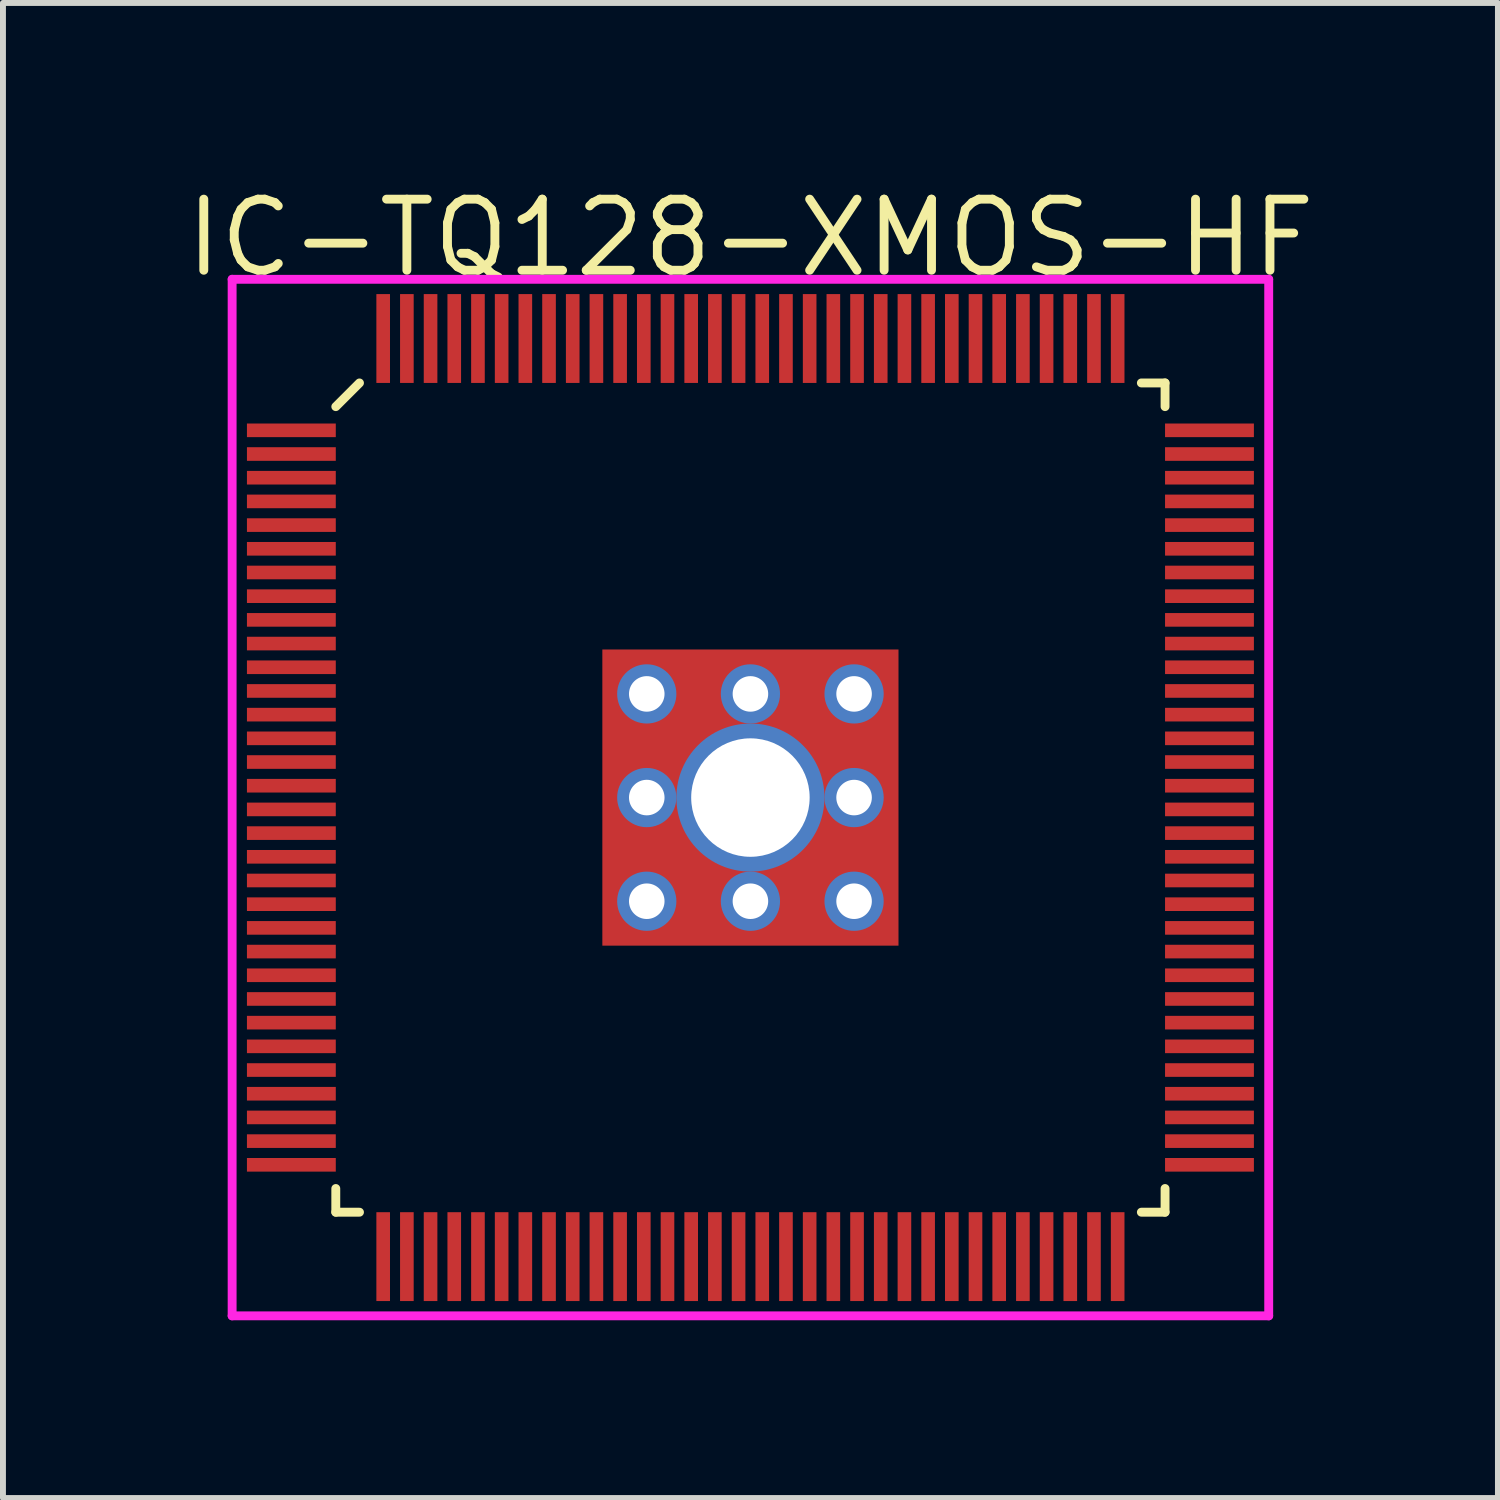
<source format=kicad_pcb>
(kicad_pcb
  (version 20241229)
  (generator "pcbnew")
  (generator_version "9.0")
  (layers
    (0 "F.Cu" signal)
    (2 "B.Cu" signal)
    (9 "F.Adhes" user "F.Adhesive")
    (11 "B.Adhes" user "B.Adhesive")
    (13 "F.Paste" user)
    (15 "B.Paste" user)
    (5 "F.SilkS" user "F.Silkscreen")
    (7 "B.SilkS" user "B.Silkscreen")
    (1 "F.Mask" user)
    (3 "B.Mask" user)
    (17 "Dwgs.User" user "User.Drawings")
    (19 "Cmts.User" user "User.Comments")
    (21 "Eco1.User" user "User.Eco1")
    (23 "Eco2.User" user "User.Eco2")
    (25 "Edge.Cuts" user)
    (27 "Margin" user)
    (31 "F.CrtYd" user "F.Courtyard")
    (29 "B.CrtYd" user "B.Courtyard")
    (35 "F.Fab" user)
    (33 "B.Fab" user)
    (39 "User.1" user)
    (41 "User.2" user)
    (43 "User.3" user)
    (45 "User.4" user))
  (footprint "IC-TQ128-XMOS-HF"
    (layer "F.Cu")
    (at 9.619 10.415)
    (property "Reference" "IC-TQ128-XMOS-HF" (at 0 -9.45 0) (layer "F.SilkS") (effects (font (size 1.2 1.2) (thickness 0.15))))
    (attr through_hole)
    (fp_line (start -7 -6.6) (end -6.6 -7) (stroke (width 0.15) (type solid)) (layer "F.SilkS"))
    (fp_line (start -7 7) (end -7 6.6) (stroke (width 0.15) (type solid)) (layer "F.SilkS"))
    (fp_line (start -6.6 7) (end -7 7) (stroke (width 0.15) (type solid)) (layer "F.SilkS"))
    (fp_line (start 6.6 -7) (end 7 -7) (stroke (width 0.15) (type solid)) (layer "F.SilkS"))
    (fp_line (start 6.6 7) (end 7 7) (stroke (width 0.15) (type solid)) (layer "F.SilkS"))
    (fp_line (start 7 -7) (end 7 -6.6) (stroke (width 0.15) (type solid)) (layer "F.SilkS"))
    (fp_line (start 7 7) (end 7 6.6) (stroke (width 0.15) (type solid)) (layer "F.SilkS"))
    (fp_line (start -8.75 -8.75) (end 8.75 -8.75) (stroke (width 0.15) (type solid)) (layer "F.CrtYd"))
    (fp_line (start -8.75 8.75) (end -8.75 -8.75) (stroke (width 0.15) (type solid)) (layer "F.CrtYd"))
    (fp_line (start 8.75 -8.75) (end 8.75 8.75) (stroke (width 0.15) (type solid)) (layer "F.CrtYd"))
    (fp_line (start 8.75 8.75) (end -8.75 8.75) (stroke (width 0.15) (type solid)) (layer "F.CrtYd"))
    (pad "1" smd rect (at -7.75 -6.2 90) (size 0.23 1.5) (layers "F.Cu" "F.Mask" "F.Paste"))
    (pad "2" smd rect (at -7.75 -5.8 90) (size 0.23 1.5) (layers "F.Cu" "F.Mask" "F.Paste"))
    (pad "3" smd rect (at -7.75 -5.4 90) (size 0.23 1.5) (layers "F.Cu" "F.Mask" "F.Paste"))
    (pad "4" smd rect (at -7.75 -5 90) (size 0.23 1.5) (layers "F.Cu" "F.Mask" "F.Paste"))
    (pad "5" smd rect (at -7.75 -4.6 90) (size 0.23 1.5) (layers "F.Cu" "F.Mask" "F.Paste"))
    (pad "6" smd rect (at -7.75 -4.2 90) (size 0.23 1.5) (layers "F.Cu" "F.Mask" "F.Paste"))
    (pad "7" smd rect (at -7.75 -3.8 90) (size 0.23 1.5) (layers "F.Cu" "F.Mask" "F.Paste"))
    (pad "8" smd rect (at -7.75 -3.4 90) (size 0.23 1.5) (layers "F.Cu" "F.Mask" "F.Paste"))
    (pad "9" smd rect (at -7.75 -3 90) (size 0.23 1.5) (layers "F.Cu" "F.Mask" "F.Paste"))
    (pad "10" smd rect (at -7.75 -2.6 90) (size 0.23 1.5) (layers "F.Cu" "F.Mask" "F.Paste"))
    (pad "11" smd rect (at -7.75 -2.2 90) (size 0.23 1.5) (layers "F.Cu" "F.Mask" "F.Paste"))
    (pad "12" smd rect (at -7.75 -1.8 90) (size 0.23 1.5) (layers "F.Cu" "F.Mask" "F.Paste"))
    (pad "13" smd rect (at -7.75 -1.4 90) (size 0.23 1.5) (layers "F.Cu" "F.Mask" "F.Paste"))
    (pad "14" smd rect (at -7.75 -1 90) (size 0.23 1.5) (layers "F.Cu" "F.Mask" "F.Paste"))
    (pad "15" smd rect (at -7.75 -0.6 90) (size 0.23 1.5) (layers "F.Cu" "F.Mask" "F.Paste"))
    (pad "16" smd rect (at -7.75 -0.2 90) (size 0.23 1.5) (layers "F.Cu" "F.Mask" "F.Paste"))
    (pad "17" smd rect (at -7.75 0.2 90) (size 0.23 1.5) (layers "F.Cu" "F.Mask" "F.Paste"))
    (pad "18" smd rect (at -7.75 0.6 90) (size 0.23 1.5) (layers "F.Cu" "F.Mask" "F.Paste"))
    (pad "19" smd rect (at -7.75 1 90) (size 0.23 1.5) (layers "F.Cu" "F.Mask" "F.Paste"))
    (pad "20" smd rect (at -7.75 1.4 90) (size 0.23 1.5) (layers "F.Cu" "F.Mask" "F.Paste"))
    (pad "21" smd rect (at -7.75 1.8 90) (size 0.23 1.5) (layers "F.Cu" "F.Mask" "F.Paste"))
    (pad "22" smd rect (at -7.75 2.2 90) (size 0.23 1.5) (layers "F.Cu" "F.Mask" "F.Paste"))
    (pad "23" smd rect (at -7.75 2.6 90) (size 0.23 1.5) (layers "F.Cu" "F.Mask" "F.Paste"))
    (pad "24" smd rect (at -7.75 3 90) (size 0.23 1.5) (layers "F.Cu" "F.Mask" "F.Paste"))
    (pad "25" smd rect (at -7.75 3.4 90) (size 0.23 1.5) (layers "F.Cu" "F.Mask" "F.Paste"))
    (pad "26" smd rect (at -7.75 3.8 90) (size 0.23 1.5) (layers "F.Cu" "F.Mask" "F.Paste"))
    (pad "27" smd rect (at -7.75 4.2 90) (size 0.23 1.5) (layers "F.Cu" "F.Mask" "F.Paste"))
    (pad "28" smd rect (at -7.75 4.6 90) (size 0.23 1.5) (layers "F.Cu" "F.Mask" "F.Paste"))
    (pad "29" smd rect (at -7.75 5 90) (size 0.23 1.5) (layers "F.Cu" "F.Mask" "F.Paste"))
    (pad "30" smd rect (at -7.75 5.4 90) (size 0.23 1.5) (layers "F.Cu" "F.Mask" "F.Paste"))
    (pad "31" smd rect (at -7.75 5.8 90) (size 0.23 1.5) (layers "F.Cu" "F.Mask" "F.Paste"))
    (pad "32" smd rect (at -7.75 6.2 90) (size 0.23 1.5) (layers "F.Cu" "F.Mask" "F.Paste"))
    (pad "33" smd rect (at -6.2 7.75) (size 0.23 1.5) (layers "F.Cu" "F.Mask" "F.Paste"))
    (pad "34" smd rect (at -5.8 7.75) (size 0.23 1.5) (layers "F.Cu" "F.Mask" "F.Paste"))
    (pad "35" smd rect (at -5.4 7.75) (size 0.23 1.5) (layers "F.Cu" "F.Mask" "F.Paste"))
    (pad "36" smd rect (at -5 7.75) (size 0.23 1.5) (layers "F.Cu" "F.Mask" "F.Paste"))
    (pad "37" smd rect (at -4.6 7.75) (size 0.23 1.5) (layers "F.Cu" "F.Mask" "F.Paste"))
    (pad "38" smd rect (at -4.2 7.75) (size 0.23 1.5) (layers "F.Cu" "F.Mask" "F.Paste"))
    (pad "39" smd rect (at -3.8 7.75) (size 0.23 1.5) (layers "F.Cu" "F.Mask" "F.Paste"))
    (pad "40" smd rect (at -3.4 7.75) (size 0.23 1.5) (layers "F.Cu" "F.Mask" "F.Paste"))
    (pad "41" smd rect (at -3 7.75) (size 0.23 1.5) (layers "F.Cu" "F.Mask" "F.Paste"))
    (pad "42" smd rect (at -2.6 7.75) (size 0.23 1.5) (layers "F.Cu" "F.Mask" "F.Paste"))
    (pad "43" smd rect (at -2.2 7.75) (size 0.23 1.5) (layers "F.Cu" "F.Mask" "F.Paste"))
    (pad "44" smd rect (at -1.8 7.75) (size 0.23 1.5) (layers "F.Cu" "F.Mask" "F.Paste"))
    (pad "45" smd rect (at -1.4 7.75) (size 0.23 1.5) (layers "F.Cu" "F.Mask" "F.Paste"))
    (pad "46" smd rect (at -1 7.75) (size 0.23 1.5) (layers "F.Cu" "F.Mask" "F.Paste"))
    (pad "47" smd rect (at -0.6 7.75) (size 0.23 1.5) (layers "F.Cu" "F.Mask" "F.Paste"))
    (pad "48" smd rect (at -0.2 7.75) (size 0.23 1.5) (layers "F.Cu" "F.Mask" "F.Paste"))
    (pad "49" smd rect (at 0.2 7.75) (size 0.23 1.5) (layers "F.Cu" "F.Mask" "F.Paste"))
    (pad "50" smd rect (at 0.6 7.75) (size 0.23 1.5) (layers "F.Cu" "F.Mask" "F.Paste"))
    (pad "51" smd rect (at 1 7.75) (size 0.23 1.5) (layers "F.Cu" "F.Mask" "F.Paste"))
    (pad "52" smd rect (at 1.4 7.75) (size 0.23 1.5) (layers "F.Cu" "F.Mask" "F.Paste"))
    (pad "53" smd rect (at 1.8 7.75) (size 0.23 1.5) (layers "F.Cu" "F.Mask" "F.Paste"))
    (pad "54" smd rect (at 2.2 7.75) (size 0.23 1.5) (layers "F.Cu" "F.Mask" "F.Paste"))
    (pad "55" smd rect (at 2.6 7.75) (size 0.23 1.5) (layers "F.Cu" "F.Mask" "F.Paste"))
    (pad "56" smd rect (at 3 7.75) (size 0.23 1.5) (layers "F.Cu" "F.Mask" "F.Paste"))
    (pad "57" smd rect (at 3.4 7.75) (size 0.23 1.5) (layers "F.Cu" "F.Mask" "F.Paste"))
    (pad "58" smd rect (at 3.8 7.75) (size 0.23 1.5) (layers "F.Cu" "F.Mask" "F.Paste"))
    (pad "59" smd rect (at 4.2 7.75) (size 0.23 1.5) (layers "F.Cu" "F.Mask" "F.Paste"))
    (pad "60" smd rect (at 4.6 7.75) (size 0.23 1.5) (layers "F.Cu" "F.Mask" "F.Paste"))
    (pad "61" smd rect (at 5 7.75) (size 0.23 1.5) (layers "F.Cu" "F.Mask" "F.Paste"))
    (pad "62" smd rect (at 5.4 7.75) (size 0.23 1.5) (layers "F.Cu" "F.Mask" "F.Paste"))
    (pad "63" smd rect (at 5.8 7.75) (size 0.23 1.5) (layers "F.Cu" "F.Mask" "F.Paste"))
    (pad "64" smd rect (at 6.2 7.75) (size 0.23 1.5) (layers "F.Cu" "F.Mask" "F.Paste"))
    (pad "65" smd rect (at 7.75 6.2 90) (size 0.23 1.5) (layers "F.Cu" "F.Mask" "F.Paste"))
    (pad "66" smd rect (at 7.75 5.8 90) (size 0.23 1.5) (layers "F.Cu" "F.Mask" "F.Paste"))
    (pad "67" smd rect (at 7.75 5.4 90) (size 0.23 1.5) (layers "F.Cu" "F.Mask" "F.Paste"))
    (pad "68" smd rect (at 7.75 5 90) (size 0.23 1.5) (layers "F.Cu" "F.Mask" "F.Paste"))
    (pad "69" smd rect (at 7.75 4.6 90) (size 0.23 1.5) (layers "F.Cu" "F.Mask" "F.Paste"))
    (pad "70" smd rect (at 7.75 4.2 90) (size 0.23 1.5) (layers "F.Cu" "F.Mask" "F.Paste"))
    (pad "71" smd rect (at 7.75 3.8 90) (size 0.23 1.5) (layers "F.Cu" "F.Mask" "F.Paste"))
    (pad "72" smd rect (at 7.75 3.4 90) (size 0.23 1.5) (layers "F.Cu" "F.Mask" "F.Paste"))
    (pad "73" smd rect (at 7.75 3 90) (size 0.23 1.5) (layers "F.Cu" "F.Mask" "F.Paste"))
    (pad "74" smd rect (at 7.75 2.6 90) (size 0.23 1.5) (layers "F.Cu" "F.Mask" "F.Paste"))
    (pad "75" smd rect (at 7.75 2.2 90) (size 0.23 1.5) (layers "F.Cu" "F.Mask" "F.Paste"))
    (pad "76" smd rect (at 7.75 1.8 90) (size 0.23 1.5) (layers "F.Cu" "F.Mask" "F.Paste"))
    (pad "77" smd rect (at 7.75 1.4 90) (size 0.23 1.5) (layers "F.Cu" "F.Mask" "F.Paste"))
    (pad "78" smd rect (at 7.75 1 90) (size 0.23 1.5) (layers "F.Cu" "F.Mask" "F.Paste"))
    (pad "79" smd rect (at 7.75 0.6 90) (size 0.23 1.5) (layers "F.Cu" "F.Mask" "F.Paste"))
    (pad "80" smd rect (at 7.75 0.2 90) (size 0.23 1.5) (layers "F.Cu" "F.Mask" "F.Paste"))
    (pad "81" smd rect (at 7.75 -0.2 90) (size 0.23 1.5) (layers "F.Cu" "F.Mask" "F.Paste"))
    (pad "82" smd rect (at 7.75 -0.6 90) (size 0.23 1.5) (layers "F.Cu" "F.Mask" "F.Paste"))
    (pad "83" smd rect (at 7.75 -1 90) (size 0.23 1.5) (layers "F.Cu" "F.Mask" "F.Paste"))
    (pad "84" smd rect (at 7.75 -1.4 90) (size 0.23 1.5) (layers "F.Cu" "F.Mask" "F.Paste"))
    (pad "85" smd rect (at 7.75 -1.8 90) (size 0.23 1.5) (layers "F.Cu" "F.Mask" "F.Paste"))
    (pad "86" smd rect (at 7.75 -2.2 90) (size 0.23 1.5) (layers "F.Cu" "F.Mask" "F.Paste"))
    (pad "87" smd rect (at 7.75 -2.6 90) (size 0.23 1.5) (layers "F.Cu" "F.Mask" "F.Paste"))
    (pad "88" smd rect (at 7.75 -3 90) (size 0.23 1.5) (layers "F.Cu" "F.Mask" "F.Paste"))
    (pad "89" smd rect (at 7.75 -3.4 90) (size 0.23 1.5) (layers "F.Cu" "F.Mask" "F.Paste"))
    (pad "90" smd rect (at 7.75 -3.8 90) (size 0.23 1.5) (layers "F.Cu" "F.Mask" "F.Paste"))
    (pad "91" smd rect (at 7.75 -4.2 90) (size 0.23 1.5) (layers "F.Cu" "F.Mask" "F.Paste"))
    (pad "92" smd rect (at 7.75 -4.6 90) (size 0.23 1.5) (layers "F.Cu" "F.Mask" "F.Paste"))
    (pad "93" smd rect (at 7.75 -5 90) (size 0.23 1.5) (layers "F.Cu" "F.Mask" "F.Paste"))
    (pad "94" smd rect (at 7.75 -5.4 90) (size 0.23 1.5) (layers "F.Cu" "F.Mask" "F.Paste"))
    (pad "95" smd rect (at 7.75 -5.8 90) (size 0.23 1.5) (layers "F.Cu" "F.Mask" "F.Paste"))
    (pad "96" smd rect (at 7.75 -6.2 90) (size 0.23 1.5) (layers "F.Cu" "F.Mask" "F.Paste"))
    (pad "97" smd rect (at 6.2 -7.75) (size 0.23 1.5) (layers "F.Cu" "F.Mask" "F.Paste"))
    (pad "98" smd rect (at 5.8 -7.75) (size 0.23 1.5) (layers "F.Cu" "F.Mask" "F.Paste"))
    (pad "99" smd rect (at 5.4 -7.75) (size 0.23 1.5) (layers "F.Cu" "F.Mask" "F.Paste"))
    (pad "100" smd rect (at 5 -7.75) (size 0.23 1.5) (layers "F.Cu" "F.Mask" "F.Paste"))
    (pad "101" smd rect (at 4.6 -7.75) (size 0.23 1.5) (layers "F.Cu" "F.Mask" "F.Paste"))
    (pad "102" smd rect (at 4.2 -7.75) (size 0.23 1.5) (layers "F.Cu" "F.Mask" "F.Paste"))
    (pad "103" smd rect (at 3.8 -7.75) (size 0.23 1.5) (layers "F.Cu" "F.Mask" "F.Paste"))
    (pad "104" smd rect (at 3.4 -7.75) (size 0.23 1.5) (layers "F.Cu" "F.Mask" "F.Paste"))
    (pad "105" smd rect (at 3 -7.75) (size 0.23 1.5) (layers "F.Cu" "F.Mask" "F.Paste"))
    (pad "106" smd rect (at 2.6 -7.75) (size 0.23 1.5) (layers "F.Cu" "F.Mask" "F.Paste"))
    (pad "107" smd rect (at 2.2 -7.75) (size 0.23 1.5) (layers "F.Cu" "F.Mask" "F.Paste"))
    (pad "108" smd rect (at 1.8 -7.75) (size 0.23 1.5) (layers "F.Cu" "F.Mask" "F.Paste"))
    (pad "109" smd rect (at 1.4 -7.75) (size 0.23 1.5) (layers "F.Cu" "F.Mask" "F.Paste"))
    (pad "110" smd rect (at 1 -7.75) (size 0.23 1.5) (layers "F.Cu" "F.Mask" "F.Paste"))
    (pad "111" smd rect (at 0.6 -7.75) (size 0.23 1.5) (layers "F.Cu" "F.Mask" "F.Paste"))
    (pad "112" smd rect (at 0.2 -7.75) (size 0.23 1.5) (layers "F.Cu" "F.Mask" "F.Paste"))
    (pad "113" smd rect (at -0.2 -7.75) (size 0.23 1.5) (layers "F.Cu" "F.Mask" "F.Paste"))
    (pad "114" smd rect (at -0.6 -7.75) (size 0.23 1.5) (layers "F.Cu" "F.Mask" "F.Paste"))
    (pad "115" smd rect (at -1 -7.75) (size 0.23 1.5) (layers "F.Cu" "F.Mask" "F.Paste"))
    (pad "116" smd rect (at -1.4 -7.75) (size 0.23 1.5) (layers "F.Cu" "F.Mask" "F.Paste"))
    (pad "117" smd rect (at -1.8 -7.75) (size 0.23 1.5) (layers "F.Cu" "F.Mask" "F.Paste"))
    (pad "118" smd rect (at -2.2 -7.75) (size 0.23 1.5) (layers "F.Cu" "F.Mask" "F.Paste"))
    (pad "119" smd rect (at -2.6 -7.75) (size 0.23 1.5) (layers "F.Cu" "F.Mask" "F.Paste"))
    (pad "120" smd rect (at -3 -7.75) (size 0.23 1.5) (layers "F.Cu" "F.Mask" "F.Paste"))
    (pad "121" smd rect (at -3.4 -7.75) (size 0.23 1.5) (layers "F.Cu" "F.Mask" "F.Paste"))
    (pad "122" smd rect (at -3.8 -7.75) (size 0.23 1.5) (layers "F.Cu" "F.Mask" "F.Paste"))
    (pad "123" smd rect (at -4.2 -7.75) (size 0.23 1.5) (layers "F.Cu" "F.Mask" "F.Paste"))
    (pad "124" smd rect (at -4.6 -7.75) (size 0.23 1.5) (layers "F.Cu" "F.Mask" "F.Paste"))
    (pad "125" smd rect (at -5 -7.75) (size 0.23 1.5) (layers "F.Cu" "F.Mask" "F.Paste"))
    (pad "126" smd rect (at -5.4 -7.75) (size 0.23 1.5) (layers "F.Cu" "F.Mask" "F.Paste"))
    (pad "127" smd rect (at -5.8 -7.75) (size 0.23 1.5) (layers "F.Cu" "F.Mask" "F.Paste"))
    (pad "128" smd rect (at -6.2 -7.75) (size 0.23 1.5) (layers "F.Cu" "F.Mask" "F.Paste"))
    (pad "EP" thru_hole oval (at -1.75 -1.75) (size 1 1) (drill 0.6) (layers "*.Cu" "*.Mask"))
    (pad "EP" thru_hole oval (at -1.75 0) (size 1 1) (drill 0.6) (layers "*.Cu" "*.Mask"))
    (pad "EP" thru_hole oval (at -1.75 1.75) (size 1 1) (drill 0.6) (layers "*.Cu" "*.Mask"))
    (pad "EP" thru_hole oval (at 0 -1.75) (size 1 1) (drill 0.6) (layers "*.Cu" "*.Mask"))
    (pad "EP" thru_hole oval (at 0 0) (size 2.5 2.5) (drill 2) (layers "*.Cu" "*.Mask"))
    (pad "EP" smd rect (at 0 0) (size 5 5) (layers "F.Cu" "F.Mask" "F.Paste"))
    (pad "EP" thru_hole oval (at 0 1.75) (size 1 1) (drill 0.6) (layers "*.Cu" "*.Mask"))
    (pad "EP" thru_hole oval (at 1.75 -1.75) (size 1 1) (drill 0.6) (layers "*.Cu" "*.Mask"))
    (pad "EP" thru_hole oval (at 1.75 0) (size 1 1) (drill 0.6) (layers "*.Cu" "*.Mask"))
    (pad "EP" thru_hole oval (at 1.75 1.75) (size 1 1) (drill 0.6) (layers "*.Cu" "*.Mask")))
  (gr_rect
    (start -3 -3)
    (end 22.239 22.24)
    (stroke (width 0.1) (type default))
    (fill no)
    (layer "Edge.Cuts")))
</source>
